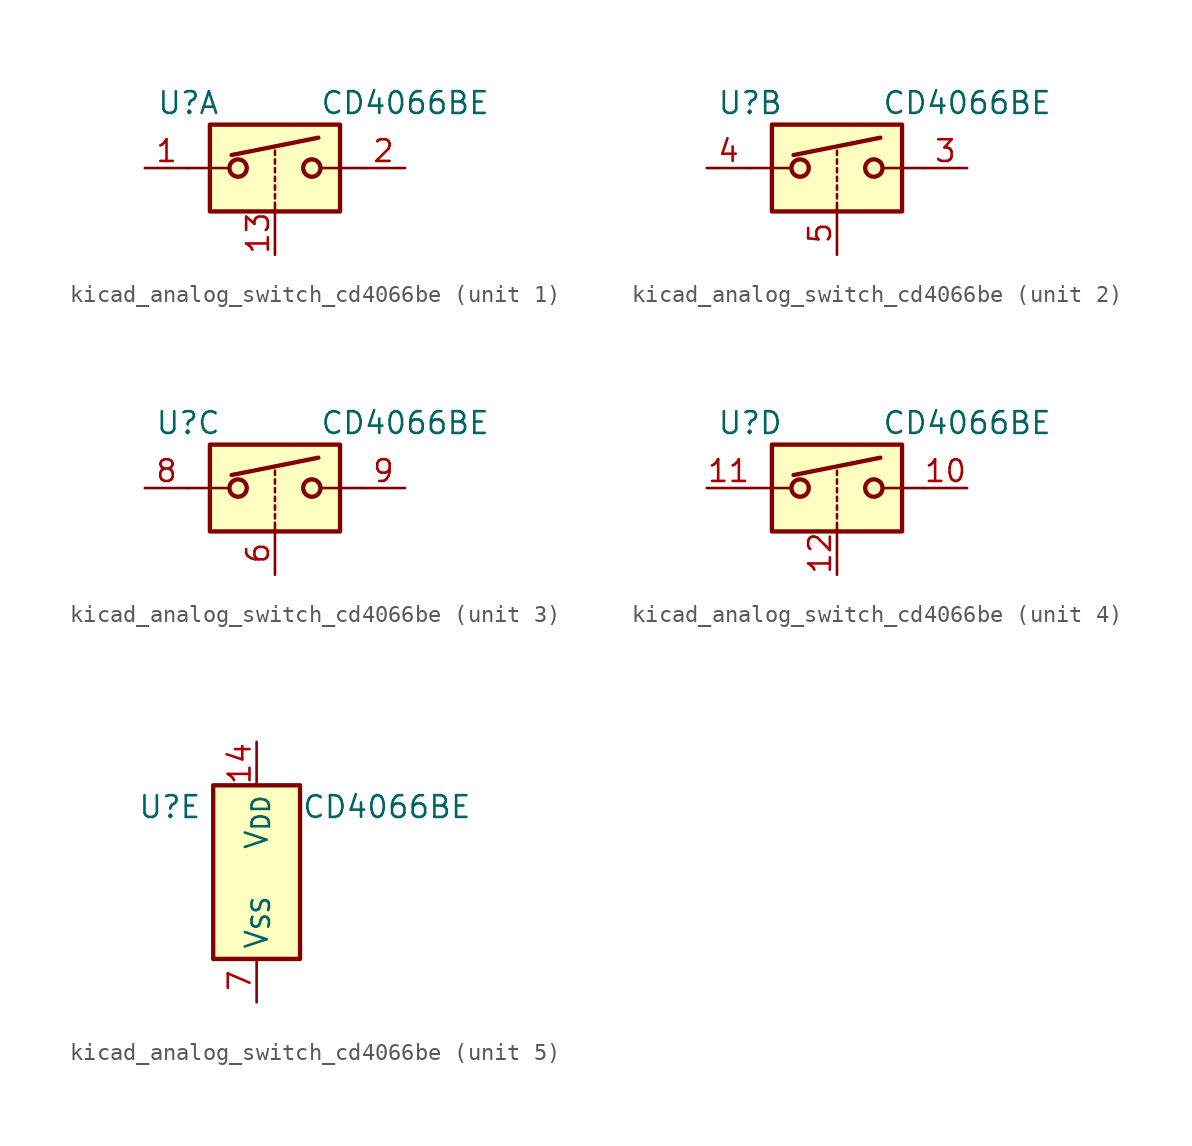
<source format=kicad_sym>
(kicad_symbol_lib
  (version 20220914)
  (generator kicad_symbol_editor)
  (symbol "kicad_analog_switch_cd4066be"
    (property "Reference" "U"
      (at -5.08 3.81 0)
      (effects (font (size 1.27 1.27))))
    (property "Value" "CD4066BE"
      (at 7.62 3.81 0)
      (effects (font (size 1.27 1.27))))
    (property "ki_locked" ""
      (at 0 0 0)
      (effects (font (size 1.27 1.27))))
    (symbol "kicad_analog_switch_cd4066be_1_1"
      (rectangle (start -3.81 2.54) (end 3.81 -2.54) (stroke (width 0.254) (type default)) (fill (type background)))
      (circle (center -2.159 0) (radius 0.508) (stroke (width 0.254) (type default)) (fill (type none)))
      (polyline (pts (xy -5.08 0) (xy -2.794 0)) (stroke (width 0) (type default)) (fill (type none)))
      (polyline (pts (xy -2.54 0.762) (xy 2.54 1.778)) (stroke (width 0.254) (type default)) (fill (type none)))
      (polyline (pts (xy 0 -2.54) (xy 0 -2.032)) (stroke (width 0) (type default)) (fill (type none)))
      (polyline (pts (xy 0 -1.778) (xy 0 -1.524)) (stroke (width 0) (type default)) (fill (type none)))
      (polyline (pts (xy 0 -1.27) (xy 0 -1.016)) (stroke (width 0) (type default)) (fill (type none)))
      (polyline (pts (xy 0 -0.762) (xy 0 -0.508)) (stroke (width 0) (type default)) (fill (type none)))
      (polyline (pts (xy 0 -0.254) (xy 0 0)) (stroke (width 0) (type default)) (fill (type none)))
      (polyline (pts (xy 0 0.254) (xy 0 0.508)) (stroke (width 0) (type default)) (fill (type none)))
      (polyline (pts (xy 0 0.762) (xy 0 1.016)) (stroke (width 0) (type default)) (fill (type none)))
      (polyline (pts (xy 5.08 0) (xy 2.794 0)) (stroke (width 0) (type default)) (fill (type none)))
      (circle (center 2.159 0) (radius 0.508) (stroke (width 0.254) (type default)) (fill (type none)))
      (pin bidirectional line (at -7.62 0 0) (length 2.54) (name "~" (effects (font (size 1.27 1.27)))) (number "1" (effects (font (size 1.27 1.27)))))
      (pin input line (at 0 -5.08 90) (length 2.54) (name "~" (effects (font (size 1.27 1.27)))) (number "13" (effects (font (size 1.27 1.27)))))
      (pin bidirectional line (at 7.62 0 180) (length 2.54) (name "~" (effects (font (size 1.27 1.27)))) (number "2" (effects (font (size 1.27 1.27))))))
    (symbol "kicad_analog_switch_cd4066be_2_1"
      (rectangle (start -3.81 2.54) (end 3.81 -2.54) (stroke (width 0.254) (type default)) (fill (type background)))
      (circle (center -2.159 0) (radius 0.508) (stroke (width 0.254) (type default)) (fill (type none)))
      (polyline (pts (xy -5.08 0) (xy -2.794 0)) (stroke (width 0) (type default)) (fill (type none)))
      (polyline (pts (xy -2.54 0.762) (xy 2.54 1.778)) (stroke (width 0.254) (type default)) (fill (type none)))
      (polyline (pts (xy 0 -2.54) (xy 0 -2.032)) (stroke (width 0) (type default)) (fill (type none)))
      (polyline (pts (xy 0 -1.778) (xy 0 -1.524)) (stroke (width 0) (type default)) (fill (type none)))
      (polyline (pts (xy 0 -1.27) (xy 0 -1.016)) (stroke (width 0) (type default)) (fill (type none)))
      (polyline (pts (xy 0 -0.762) (xy 0 -0.508)) (stroke (width 0) (type default)) (fill (type none)))
      (polyline (pts (xy 0 -0.254) (xy 0 0)) (stroke (width 0) (type default)) (fill (type none)))
      (polyline (pts (xy 0 0.254) (xy 0 0.508)) (stroke (width 0) (type default)) (fill (type none)))
      (polyline (pts (xy 0 0.762) (xy 0 1.016)) (stroke (width 0) (type default)) (fill (type none)))
      (polyline (pts (xy 5.08 0) (xy 2.794 0)) (stroke (width 0) (type default)) (fill (type none)))
      (circle (center 2.159 0) (radius 0.508) (stroke (width 0.254) (type default)) (fill (type none)))
      (pin bidirectional line (at 7.62 0 180) (length 2.54) (name "~" (effects (font (size 1.27 1.27)))) (number "3" (effects (font (size 1.27 1.27)))))
      (pin bidirectional line (at -7.62 0 0) (length 2.54) (name "~" (effects (font (size 1.27 1.27)))) (number "4" (effects (font (size 1.27 1.27)))))
      (pin input line (at 0 -5.08 90) (length 2.54) (name "~" (effects (font (size 1.27 1.27)))) (number "5" (effects (font (size 1.27 1.27))))))
    (symbol "kicad_analog_switch_cd4066be_3_1"
      (rectangle (start -3.81 2.54) (end 3.81 -2.54) (stroke (width 0.254) (type default)) (fill (type background)))
      (circle (center -2.159 0) (radius 0.508) (stroke (width 0.254) (type default)) (fill (type none)))
      (polyline (pts (xy -5.08 0) (xy -2.794 0)) (stroke (width 0) (type default)) (fill (type none)))
      (polyline (pts (xy -2.54 0.762) (xy 2.54 1.778)) (stroke (width 0.254) (type default)) (fill (type none)))
      (polyline (pts (xy 0 -2.54) (xy 0 -2.032)) (stroke (width 0) (type default)) (fill (type none)))
      (polyline (pts (xy 0 -1.778) (xy 0 -1.524)) (stroke (width 0) (type default)) (fill (type none)))
      (polyline (pts (xy 0 -1.27) (xy 0 -1.016)) (stroke (width 0) (type default)) (fill (type none)))
      (polyline (pts (xy 0 -0.762) (xy 0 -0.508)) (stroke (width 0) (type default)) (fill (type none)))
      (polyline (pts (xy 0 -0.254) (xy 0 0)) (stroke (width 0) (type default)) (fill (type none)))
      (polyline (pts (xy 0 0.254) (xy 0 0.508)) (stroke (width 0) (type default)) (fill (type none)))
      (polyline (pts (xy 0 0.762) (xy 0 1.016)) (stroke (width 0) (type default)) (fill (type none)))
      (polyline (pts (xy 5.08 0) (xy 2.794 0)) (stroke (width 0) (type default)) (fill (type none)))
      (circle (center 2.159 0) (radius 0.508) (stroke (width 0.254) (type default)) (fill (type none)))
      (pin input line (at 0 -5.08 90) (length 2.54) (name "~" (effects (font (size 1.27 1.27)))) (number "6" (effects (font (size 1.27 1.27)))))
      (pin bidirectional line (at -7.62 0 0) (length 2.54) (name "~" (effects (font (size 1.27 1.27)))) (number "8" (effects (font (size 1.27 1.27)))))
      (pin bidirectional line (at 7.62 0 180) (length 2.54) (name "~" (effects (font (size 1.27 1.27)))) (number "9" (effects (font (size 1.27 1.27))))))
    (symbol "kicad_analog_switch_cd4066be_4_1"
      (rectangle (start -3.81 2.54) (end 3.81 -2.54) (stroke (width 0.254) (type default)) (fill (type background)))
      (circle (center -2.159 0) (radius 0.508) (stroke (width 0.254) (type default)) (fill (type none)))
      (polyline (pts (xy -5.08 0) (xy -2.794 0)) (stroke (width 0) (type default)) (fill (type none)))
      (polyline (pts (xy -2.54 0.762) (xy 2.54 1.778)) (stroke (width 0.254) (type default)) (fill (type none)))
      (polyline (pts (xy 0 -2.54) (xy 0 -2.032)) (stroke (width 0) (type default)) (fill (type none)))
      (polyline (pts (xy 0 -1.778) (xy 0 -1.524)) (stroke (width 0) (type default)) (fill (type none)))
      (polyline (pts (xy 0 -1.27) (xy 0 -1.016)) (stroke (width 0) (type default)) (fill (type none)))
      (polyline (pts (xy 0 -0.762) (xy 0 -0.508)) (stroke (width 0) (type default)) (fill (type none)))
      (polyline (pts (xy 0 -0.254) (xy 0 0)) (stroke (width 0) (type default)) (fill (type none)))
      (polyline (pts (xy 0 0.254) (xy 0 0.508)) (stroke (width 0) (type default)) (fill (type none)))
      (polyline (pts (xy 0 0.762) (xy 0 1.016)) (stroke (width 0) (type default)) (fill (type none)))
      (polyline (pts (xy 5.08 0) (xy 2.794 0)) (stroke (width 0) (type default)) (fill (type none)))
      (circle (center 2.159 0) (radius 0.508) (stroke (width 0.254) (type default)) (fill (type none)))
      (pin bidirectional line (at 7.62 0 180) (length 2.54) (name "~" (effects (font (size 1.27 1.27)))) (number "10" (effects (font (size 1.27 1.27)))))
      (pin bidirectional line (at -7.62 0 0) (length 2.54) (name "~" (effects (font (size 1.27 1.27)))) (number "11" (effects (font (size 1.27 1.27)))))
      (pin input line (at 0 -5.08 90) (length 2.54) (name "~" (effects (font (size 1.27 1.27)))) (number "12" (effects (font (size 1.27 1.27))))))
    (symbol "kicad_analog_switch_cd4066be_5_1"
      (rectangle (start -2.54 5.08) (end 2.54 -5.08) (stroke (width 0.254) (type default)) (fill (type background)))
      (pin power_in line (at 0 7.62 270) (length 2.54) (name "V_{DD}" (effects (font (size 1.27 1.27)))) (number "14" (effects (font (size 1.27 1.27)))))
      (pin power_in line (at 0 -7.62 90) (length 2.54) (name "V_{SS}" (effects (font (size 1.27 1.27)))) (number "7" (effects (font (size 1.27 1.27))))))))
</source>
